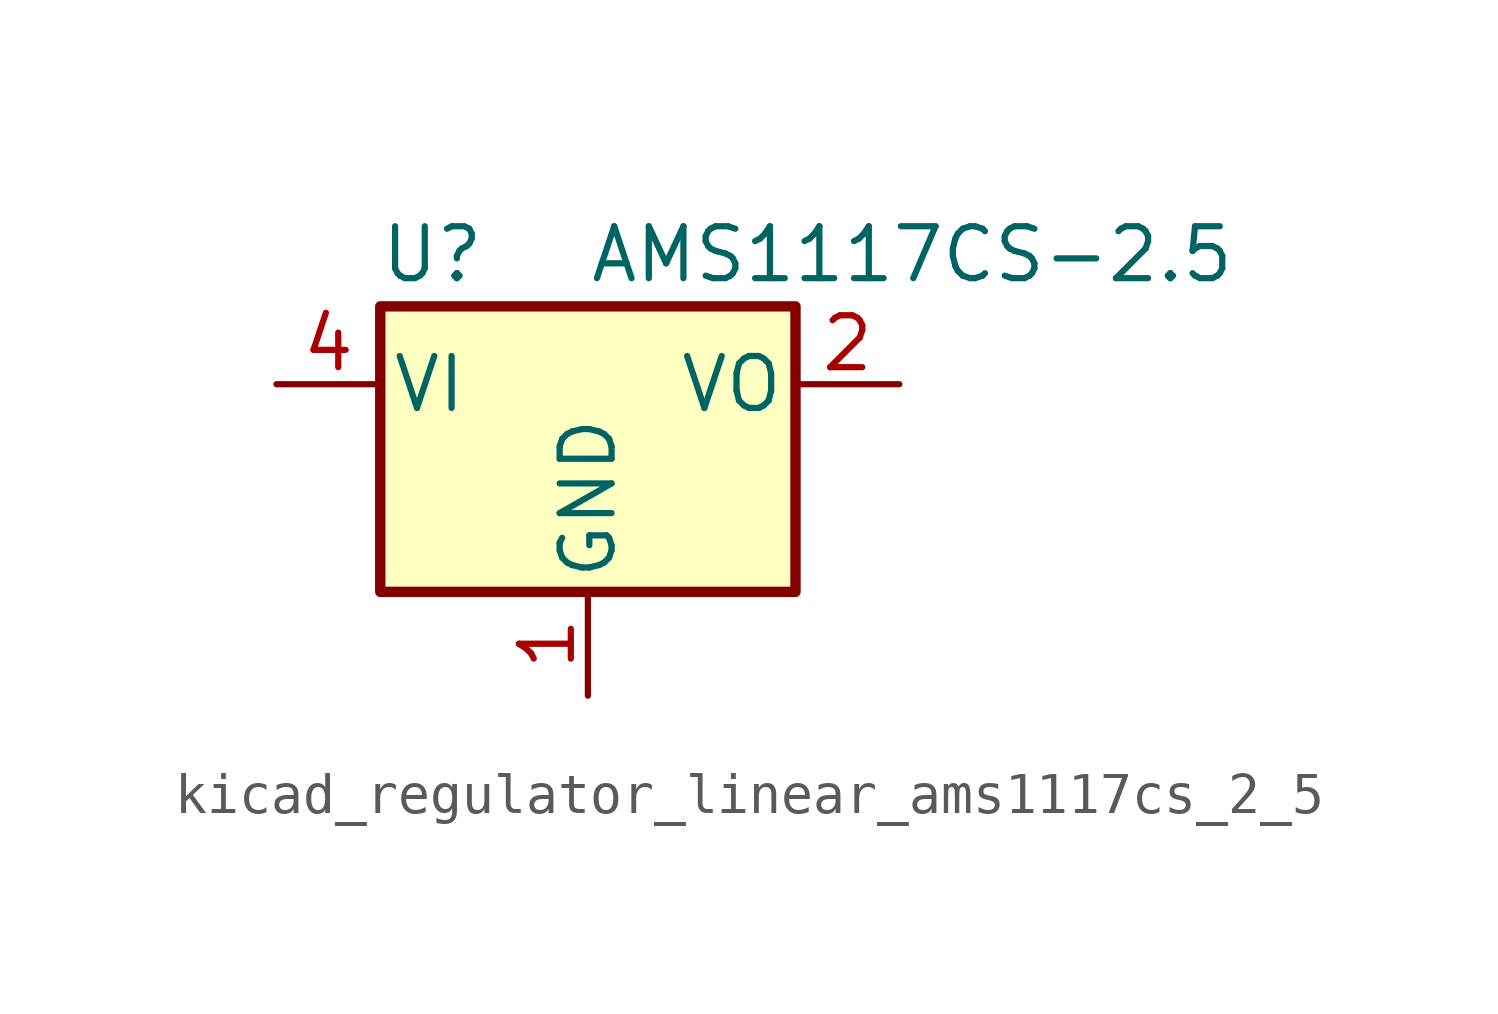
<source format=kicad_sym>
(kicad_symbol_lib
  (version 20220914)
  (generator kicad_symbol_editor)
  (symbol "kicad_regulator_linear_ams1117cs_2_5"
    (pin_names
      (offset 0.254))
    (property "Reference" "U"
      (at -3.81 3.175 0)
      (effects (font (size 1.27 1.27))))
    (property "Value" "AMS1117CS-2.5"
      (at 0 3.175 0)
      (effects (font (size 1.27 1.27)) (justify left)))
    (symbol "kicad_regulator_linear_ams1117cs_2_5_0_1"
      (rectangle (start -5.08 -5.08) (end 5.08 1.905) (stroke (width 0.254) (type default)) (fill (type background))))
    (symbol "kicad_regulator_linear_ams1117cs_2_5_1_1"
      (pin power_in line (at 0 -7.62 90) (length 2.54) (name "GND" (effects (font (size 1.27 1.27)))) (number "1" (effects (font (size 1.27 1.27)))))
      (pin power_out line (at 7.62 0 180) (length 2.54) (name "VO" (effects (font (size 1.27 1.27)))) (number "2" (effects (font (size 1.27 1.27)))))
      (pin passive line (at 7.62 0 180) (length 2.54) hide (name "VO" (effects (font (size 1.27 1.27)))) (number "3" (effects (font (size 1.27 1.27)))))
      (pin power_in line (at -7.62 0 0) (length 2.54) (name "VI" (effects (font (size 1.27 1.27)))) (number "4" (effects (font (size 1.27 1.27)))))
      (pin no_connect line (at -2.54 -2.54 180) (length 2.54) hide (name "NC" (effects (font (size 1.27 1.27)))) (number "5" (effects (font (size 1.27 1.27)))))
      (pin passive line (at 7.62 0 180) (length 2.54) hide (name "VO" (effects (font (size 1.27 1.27)))) (number "6" (effects (font (size 1.27 1.27)))))
      (pin passive line (at 7.62 0 180) (length 2.54) hide (name "VO" (effects (font (size 1.27 1.27)))) (number "7" (effects (font (size 1.27 1.27)))))
      (pin no_connect line (at 2.54 -2.54 0) (length 2.54) hide (name "NC" (effects (font (size 1.27 1.27)))) (number "8" (effects (font (size 1.27 1.27))))))))
</source>
